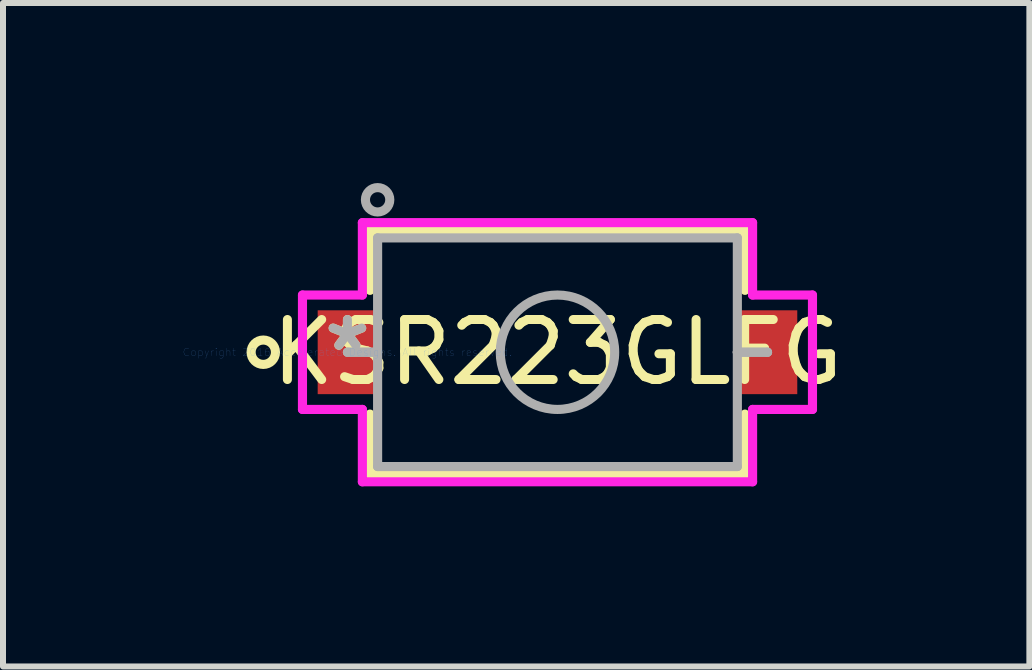
<source format=kicad_pcb>
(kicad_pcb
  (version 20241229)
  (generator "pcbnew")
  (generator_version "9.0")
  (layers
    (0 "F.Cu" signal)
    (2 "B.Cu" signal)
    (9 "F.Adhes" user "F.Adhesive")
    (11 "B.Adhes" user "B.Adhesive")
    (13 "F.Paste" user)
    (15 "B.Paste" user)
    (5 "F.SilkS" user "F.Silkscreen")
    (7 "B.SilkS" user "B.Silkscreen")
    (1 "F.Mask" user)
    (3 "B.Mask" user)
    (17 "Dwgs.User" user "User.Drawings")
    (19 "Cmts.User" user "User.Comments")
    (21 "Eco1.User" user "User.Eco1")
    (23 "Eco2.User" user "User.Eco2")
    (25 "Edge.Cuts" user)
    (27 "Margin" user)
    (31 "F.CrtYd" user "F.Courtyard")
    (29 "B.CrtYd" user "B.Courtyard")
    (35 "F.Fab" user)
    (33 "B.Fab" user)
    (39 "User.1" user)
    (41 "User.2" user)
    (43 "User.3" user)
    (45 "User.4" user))
  (footprint "KSR223GLFG"
    (layer "F.Cu")
    (at 2.739 2.819)
    (property "Reference" "KSR223GLFG" (at 3.5 0 0) (layer "F.SilkS") (effects (font (size 1 1) (thickness 0.15))))
    (attr through_hole)
    (fp_line (start 0.376 -2.032) (end 0.376 -1.031) (stroke (width 0.152) (type solid)) (layer "F.SilkS"))
    (fp_line (start 0.376 1.031) (end 0.376 2.032) (stroke (width 0.152) (type solid)) (layer "F.SilkS"))
    (fp_line (start 0.376 2.032) (end 6.624 2.032) (stroke (width 0.152) (type solid)) (layer "F.SilkS"))
    (fp_line (start 6.624 -2.032) (end 0.376 -2.032) (stroke (width 0.152) (type solid)) (layer "F.SilkS"))
    (fp_line (start 6.624 -1.031) (end 6.624 -2.032) (stroke (width 0.152) (type solid)) (layer "F.SilkS"))
    (fp_line (start 6.624 2.032) (end 6.624 1.031) (stroke (width 0.152) (type solid)) (layer "F.SilkS"))
    (fp_circle (center -1.402 0) (end -1.199 0) (stroke (width 0.152) (type solid)) (fill no) (layer "F.SilkS"))
    (fp_line (start -0.749 -0.953) (end 0.249 -0.953) (stroke (width 0.152) (type solid)) (layer "F.CrtYd"))
    (fp_line (start -0.749 0.953) (end -0.749 -0.953) (stroke (width 0.152) (type solid)) (layer "F.CrtYd"))
    (fp_line (start 0.249 -2.159) (end 6.751 -2.159) (stroke (width 0.152) (type solid)) (layer "F.CrtYd"))
    (fp_line (start 0.249 -0.953) (end 0.249 -2.159) (stroke (width 0.152) (type solid)) (layer "F.CrtYd"))
    (fp_line (start 0.249 0.953) (end -0.749 0.953) (stroke (width 0.152) (type solid)) (layer "F.CrtYd"))
    (fp_line (start 0.249 2.159) (end 0.249 0.953) (stroke (width 0.152) (type solid)) (layer "F.CrtYd"))
    (fp_line (start 6.751 -2.159) (end 6.751 -0.953) (stroke (width 0.152) (type solid)) (layer "F.CrtYd"))
    (fp_line (start 6.751 -0.953) (end 7.749 -0.953) (stroke (width 0.152) (type solid)) (layer "F.CrtYd"))
    (fp_line (start 6.751 0.953) (end 6.751 2.159) (stroke (width 0.152) (type solid)) (layer "F.CrtYd"))
    (fp_line (start 6.751 2.159) (end 0.249 2.159) (stroke (width 0.152) (type solid)) (layer "F.CrtYd"))
    (fp_line (start 7.749 -0.953) (end 7.749 0.953) (stroke (width 0.152) (type solid)) (layer "F.CrtYd"))
    (fp_line (start 7.749 0.953) (end 6.751 0.953) (stroke (width 0.152) (type solid)) (layer "F.CrtYd"))
    (fp_line (start 0.000001 0) (end 0.000001 0) (stroke (width 0.152) (type solid)) (layer "F.Fab"))
    (fp_line (start 0.000001 0) (end 0.503 0) (stroke (width 0.152) (type solid)) (layer "F.Fab"))
    (fp_line (start 0.503 -1.905) (end 0.503 1.905) (stroke (width 0.152) (type solid)) (layer "F.Fab"))
    (fp_line (start 0.503 0) (end 0.000001 0) (stroke (width 0.152) (type solid)) (layer "F.Fab"))
    (fp_line (start 0.503 0) (end 0.503 0) (stroke (width 0.152) (type solid)) (layer "F.Fab"))
    (fp_line (start 0.503 1.905) (end 6.497 1.905) (stroke (width 0.152) (type solid)) (layer "F.Fab"))
    (fp_line (start 6.497 -1.905) (end 0.503 -1.905) (stroke (width 0.152) (type solid)) (layer "F.Fab"))
    (fp_line (start 6.497 0) (end 6.497 0) (stroke (width 0.152) (type solid)) (layer "F.Fab"))
    (fp_line (start 6.497 0) (end 7 0) (stroke (width 0.152) (type solid)) (layer "F.Fab"))
    (fp_line (start 6.497 1.905) (end 6.497 -1.905) (stroke (width 0.152) (type solid)) (layer "F.Fab"))
    (fp_line (start 7 0) (end 6.497 0) (stroke (width 0.152) (type solid)) (layer "F.Fab"))
    (fp_line (start 7 0) (end 7 0) (stroke (width 0.152) (type solid)) (layer "F.Fab"))
    (fp_circle (center 0.503 -2.54) (end 0.706 -2.54) (stroke (width 0.152) (type solid)) (fill no) (layer "F.Fab"))
    (fp_circle (center 3.5 0) (end 4.453 0) (stroke (width 0.152) (type solid)) (fill no) (layer "F.Fab"))
    (fp_text user "*" (at 0 0 0) (layer "F.SilkS") (effects (font (size 1 1) (thickness 0.15))))
    (fp_text user "Copyright 2016 Accelerated Designs. All rights reserved." (at 0 0 0) (layer "Cmts.User") (effects (font (size 0.127 0.127) (thickness 0.002))))
    (fp_text user "*" (at 0 0 0) (layer "F.Fab") (effects (font (size 1 1) (thickness 0.15))))
    (pad "1" smd rect (at 0 0) (size 0.991 1.397) (layers "F.Cu" "F.Mask" "F.Paste"))
    (pad "2" smd rect (at 7 0) (size 0.991 1.397) (layers "F.Cu" "F.Mask" "F.Paste")))
  (gr_rect
    (start -3 -3)
    (end 14.102 8.055)
    (stroke (width 0.1) (type default))
    (fill no)
    (layer "Edge.Cuts")))
</source>
